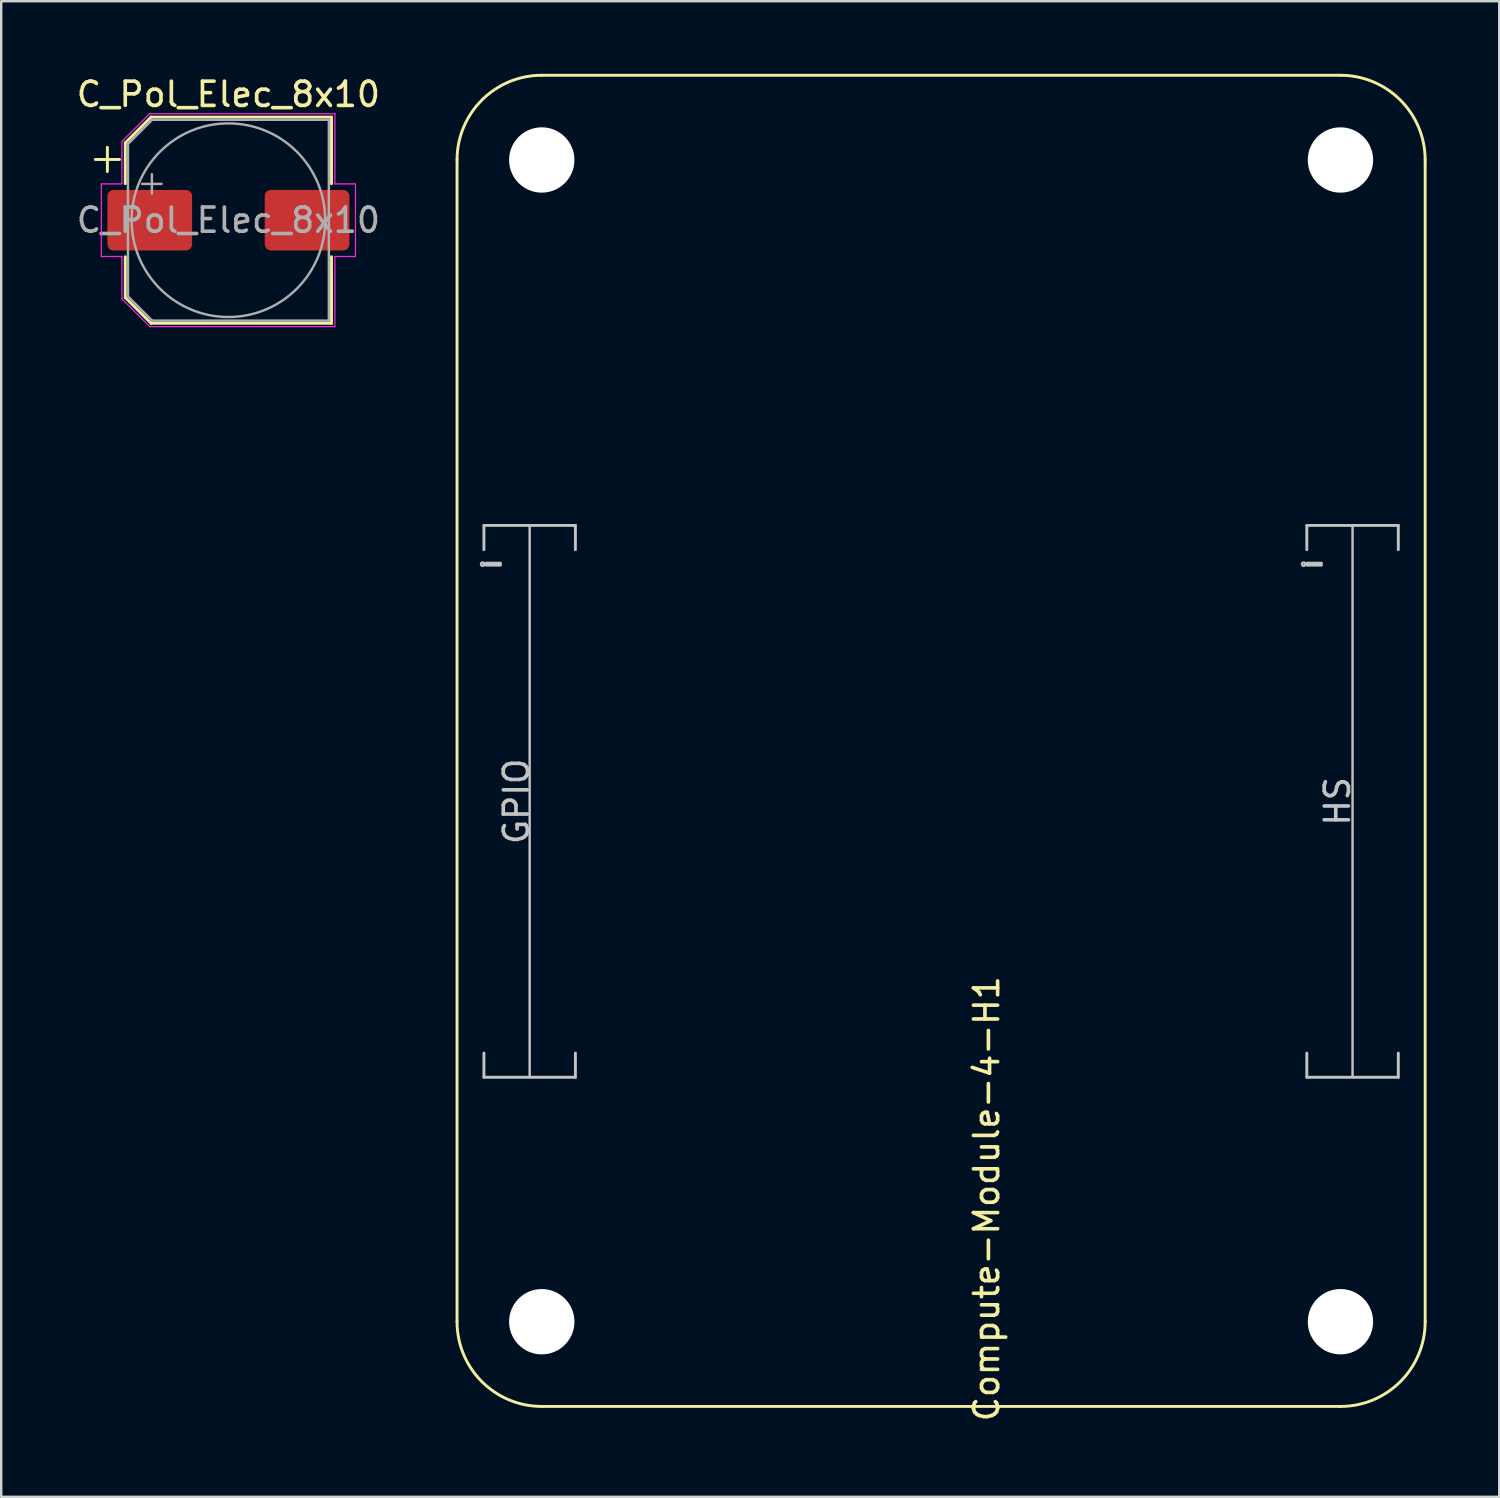
<source format=kicad_pcb>
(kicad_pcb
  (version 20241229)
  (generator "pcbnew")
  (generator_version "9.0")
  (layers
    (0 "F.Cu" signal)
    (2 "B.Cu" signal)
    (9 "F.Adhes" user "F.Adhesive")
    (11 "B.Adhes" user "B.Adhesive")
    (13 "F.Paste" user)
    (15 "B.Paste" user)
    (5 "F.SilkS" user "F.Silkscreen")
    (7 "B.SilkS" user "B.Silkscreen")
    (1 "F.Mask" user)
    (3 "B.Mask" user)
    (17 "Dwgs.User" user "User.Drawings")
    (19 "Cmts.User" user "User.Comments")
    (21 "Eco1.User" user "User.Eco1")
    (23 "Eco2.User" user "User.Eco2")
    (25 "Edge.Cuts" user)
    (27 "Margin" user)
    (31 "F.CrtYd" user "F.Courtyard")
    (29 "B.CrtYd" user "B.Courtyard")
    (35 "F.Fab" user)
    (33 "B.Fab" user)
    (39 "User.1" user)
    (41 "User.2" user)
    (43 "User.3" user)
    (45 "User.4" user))
  (footprint "Compute-Module-4-H1"
    (layer "F.Cu")
    (at 19.334 51.56)
    (property "Reference" "Compute-Module-4-H1" (at 18.38 -5.08 270) (layer "F.SilkS") (effects (font (size 1 1) (thickness 0.15))))
    (attr smd exclude_from_pos_files exclude_from_bom)
    (fp_line (start -3.5 -48) (end -3.5 0) (stroke (width 0.12) (type solid)) (layer "F.SilkS"))
    (fp_line (start 0 3.5) (end 33 3.5) (stroke (width 0.12) (type solid)) (layer "F.SilkS"))
    (fp_line (start 33 -51.5) (end 0 -51.5) (stroke (width 0.12) (type solid)) (layer "F.SilkS"))
    (fp_line (start 36.5 0) (end 36.5 -48) (stroke (width 0.12) (type solid)) (layer "F.SilkS"))
    (fp_arc (start -3.5 -48) (mid -2.474874 -50.474874) (end 0 -51.5) (stroke (width 0.12) (type solid)) (layer "F.SilkS"))
    (fp_arc (start 0 3.5) (mid -2.474874 2.474874) (end -3.5 0) (stroke (width 0.12) (type solid)) (layer "F.SilkS"))
    (fp_arc (start 33 -51.5) (mid 35.474874 -50.474874) (end 36.5 -48) (stroke (width 0.12) (type solid)) (layer "F.SilkS"))
    (fp_arc (start 36.5 0) (mid 35.474874 2.474874) (end 33 3.5) (stroke (width 0.12) (type solid)) (layer "F.SilkS"))
    (fp_line (start -2.39 -32.9) (end -2.39 -31.9) (stroke (width 0.12) (type solid)) (layer "Dwgs.User"))
    (fp_line (start -2.39 -32.9) (end 1.39 -32.9) (stroke (width 0.12) (type solid)) (layer "Dwgs.User"))
    (fp_line (start -2.39 -10.1) (end -2.39 -11.1) (stroke (width 0.12) (type solid)) (layer "Dwgs.User"))
    (fp_line (start -2.39 -10.1) (end 1.39 -10.1) (stroke (width 0.12) (type solid)) (layer "Dwgs.User"))
    (fp_line (start -0.5 -10.1) (end -0.5 -32.9) (stroke (width 0.1) (type default)) (layer "Dwgs.User"))
    (fp_line (start 1.39 -32.9) (end 1.39 -31.9) (stroke (width 0.12) (type solid)) (layer "Dwgs.User"))
    (fp_line (start 1.39 -10.1) (end 1.39 -11.1) (stroke (width 0.12) (type solid)) (layer "Dwgs.User"))
    (fp_line (start 31.61 -32.9) (end 31.61 -31.9) (stroke (width 0.12) (type solid)) (layer "Dwgs.User"))
    (fp_line (start 31.61 -32.9) (end 35.39 -32.9) (stroke (width 0.12) (type solid)) (layer "Dwgs.User"))
    (fp_line (start 31.61 -10.1) (end 31.61 -11.1) (stroke (width 0.12) (type solid)) (layer "Dwgs.User"))
    (fp_line (start 31.61 -10.1) (end 35.39 -10.1) (stroke (width 0.12) (type solid)) (layer "Dwgs.User"))
    (fp_line (start 33.5 -10.1) (end 33.5 -32.9) (stroke (width 0.1) (type default)) (layer "Dwgs.User"))
    (fp_line (start 35.39 -32.9) (end 35.39 -31.9) (stroke (width 0.12) (type solid)) (layer "Dwgs.User"))
    (fp_line (start 35.39 -10.1) (end 35.39 -11.1) (stroke (width 0.12) (type solid)) (layer "Dwgs.User"))
    (fp_rect (start -2.3 -31.35) (end -1.7 -31.25) (stroke (width 0.1) (type default)) (fill no) (layer "Dwgs.User"))
    (fp_rect (start 31.62 -31.25) (end 32.22 -31.35) (stroke (width 0.1) (type solid)) (fill no) (layer "Dwgs.User"))
    (fp_circle (center -2.44 -31.3) (end -2.42 -31.3) (stroke (width 0.1) (type default)) (fill no) (layer "Dwgs.User"))
    (fp_circle (center 31.48 -31.3) (end 31.5 -31.3) (stroke (width 0.1) (type default)) (fill no) (layer "Dwgs.User"))
    (fp_text user "HS" (at 33.46 -21.5 90) (unlocked yes) (layer "Dwgs.User") (effects (font (size 1 1) (thickness 0.15)) (justify bottom)))
    (fp_text user "GPIO" (at -0.46 -21.5 90) (unlocked yes) (layer "Dwgs.User") (effects (font (size 1 1) (thickness 0.15)) (justify bottom)))
    (pad "" np_thru_hole circle (at 0 -48) (size 2.7 2.7) (drill 2.7) (layers "*.Cu" "*.Mask"))
    (pad "" np_thru_hole circle (at 0 0) (size 2.7 2.7) (drill 2.7) (layers "*.Cu" "*.Mask"))
    (pad "" np_thru_hole circle (at 33 -48) (size 2.7 2.7) (drill 2.7) (layers "*.Cu" "*.Mask"))
    (pad "" np_thru_hole circle (at 33 0) (size 2.7 2.7) (drill 2.7) (layers "*.Cu" "*.Mask")))
  (footprint "C_Pol_Elec_8x10"
    (layer "F.Cu")
    (at 6.387 6.048)
    (property "Reference" "C_Pol_Elec_8x10" (at 0 -5.2 0) (layer "F.SilkS") (effects (font (size 1 1) (thickness 0.15))))
    (attr smd)
    (fp_line (start -5.5 -2.51) (end -4.5 -2.51) (stroke (width 0.12) (type solid)) (layer "F.SilkS"))
    (fp_line (start -5 -3.01) (end -5 -2.01) (stroke (width 0.12) (type solid)) (layer "F.SilkS"))
    (fp_line (start -4.26 -3.196) (end -4.26 -1.51) (stroke (width 0.12) (type solid)) (layer "F.SilkS"))
    (fp_line (start -4.26 -3.196) (end -3.196 -4.26) (stroke (width 0.12) (type solid)) (layer "F.SilkS"))
    (fp_line (start -4.26 3.196) (end -4.26 1.51) (stroke (width 0.12) (type solid)) (layer "F.SilkS"))
    (fp_line (start -4.26 3.196) (end -3.196 4.26) (stroke (width 0.12) (type solid)) (layer "F.SilkS"))
    (fp_line (start -3.196 -4.26) (end 4.26 -4.26) (stroke (width 0.12) (type solid)) (layer "F.SilkS"))
    (fp_line (start -3.196 4.26) (end 4.26 4.26) (stroke (width 0.12) (type solid)) (layer "F.SilkS"))
    (fp_line (start 4.26 -4.26) (end 4.26 -1.51) (stroke (width 0.12) (type solid)) (layer "F.SilkS"))
    (fp_line (start 4.26 4.26) (end 4.26 1.51) (stroke (width 0.12) (type solid)) (layer "F.SilkS"))
    (fp_line (start -5.25 -1.5) (end -5.25 1.5) (stroke (width 0.05) (type solid)) (layer "F.CrtYd"))
    (fp_line (start -5.25 1.5) (end -4.4 1.5) (stroke (width 0.05) (type solid)) (layer "F.CrtYd"))
    (fp_line (start -4.4 -3.25) (end -4.4 -1.5) (stroke (width 0.05) (type solid)) (layer "F.CrtYd"))
    (fp_line (start -4.4 -3.25) (end -3.25 -4.4) (stroke (width 0.05) (type solid)) (layer "F.CrtYd"))
    (fp_line (start -4.4 -1.5) (end -5.25 -1.5) (stroke (width 0.05) (type solid)) (layer "F.CrtYd"))
    (fp_line (start -4.4 1.5) (end -4.4 3.25) (stroke (width 0.05) (type solid)) (layer "F.CrtYd"))
    (fp_line (start -4.4 3.25) (end -3.25 4.4) (stroke (width 0.05) (type solid)) (layer "F.CrtYd"))
    (fp_line (start -3.25 -4.4) (end 4.4 -4.4) (stroke (width 0.05) (type solid)) (layer "F.CrtYd"))
    (fp_line (start -3.25 4.4) (end 4.4 4.4) (stroke (width 0.05) (type solid)) (layer "F.CrtYd"))
    (fp_line (start 4.4 -4.4) (end 4.4 -1.5) (stroke (width 0.05) (type solid)) (layer "F.CrtYd"))
    (fp_line (start 4.4 -1.5) (end 5.25 -1.5) (stroke (width 0.05) (type solid)) (layer "F.CrtYd"))
    (fp_line (start 4.4 1.5) (end 4.4 4.4) (stroke (width 0.05) (type solid)) (layer "F.CrtYd"))
    (fp_line (start 5.25 -1.5) (end 5.25 1.5) (stroke (width 0.05) (type solid)) (layer "F.CrtYd"))
    (fp_line (start 5.25 1.5) (end 4.4 1.5) (stroke (width 0.05) (type solid)) (layer "F.CrtYd"))
    (fp_line (start -4.15 -3.15) (end -4.15 3.15) (stroke (width 0.1) (type solid)) (layer "F.Fab"))
    (fp_line (start -4.15 -3.15) (end -3.15 -4.15) (stroke (width 0.1) (type solid)) (layer "F.Fab"))
    (fp_line (start -4.15 3.15) (end -3.15 4.15) (stroke (width 0.1) (type solid)) (layer "F.Fab"))
    (fp_line (start -3.562 -1.5) (end -2.762 -1.5) (stroke (width 0.1) (type solid)) (layer "F.Fab"))
    (fp_line (start -3.162 -1.9) (end -3.162 -1.1) (stroke (width 0.1) (type solid)) (layer "F.Fab"))
    (fp_line (start -3.15 -4.15) (end 4.15 -4.15) (stroke (width 0.1) (type solid)) (layer "F.Fab"))
    (fp_line (start -3.15 4.15) (end 4.15 4.15) (stroke (width 0.1) (type solid)) (layer "F.Fab"))
    (fp_line (start 4.15 -4.15) (end 4.15 4.15) (stroke (width 0.1) (type solid)) (layer "F.Fab"))
    (fp_circle (center 0 0) (end 4 0) (stroke (width 0.1) (type solid)) (fill no) (layer "F.Fab"))
    (fp_text user "${REFERENCE}" (at 0 0 0) (layer "F.Fab") (effects (font (size 1 1) (thickness 0.15))))
    (pad "1" smd roundrect (at -3.25 0) (size 3.5 2.5) (layers "F.Cu" "F.Mask" "F.Paste") (roundrect_rratio 0.1))
    (pad "2" smd roundrect (at 3.25 0) (size 3.5 2.5) (layers "F.Cu" "F.Mask" "F.Paste") (roundrect_rratio 0.1)))
  (gr_rect
    (start -3 -3)
    (end 58.894 58.795)
    (stroke (width 0.1) (type default))
    (fill no)
    (layer "Edge.Cuts")))
</source>
